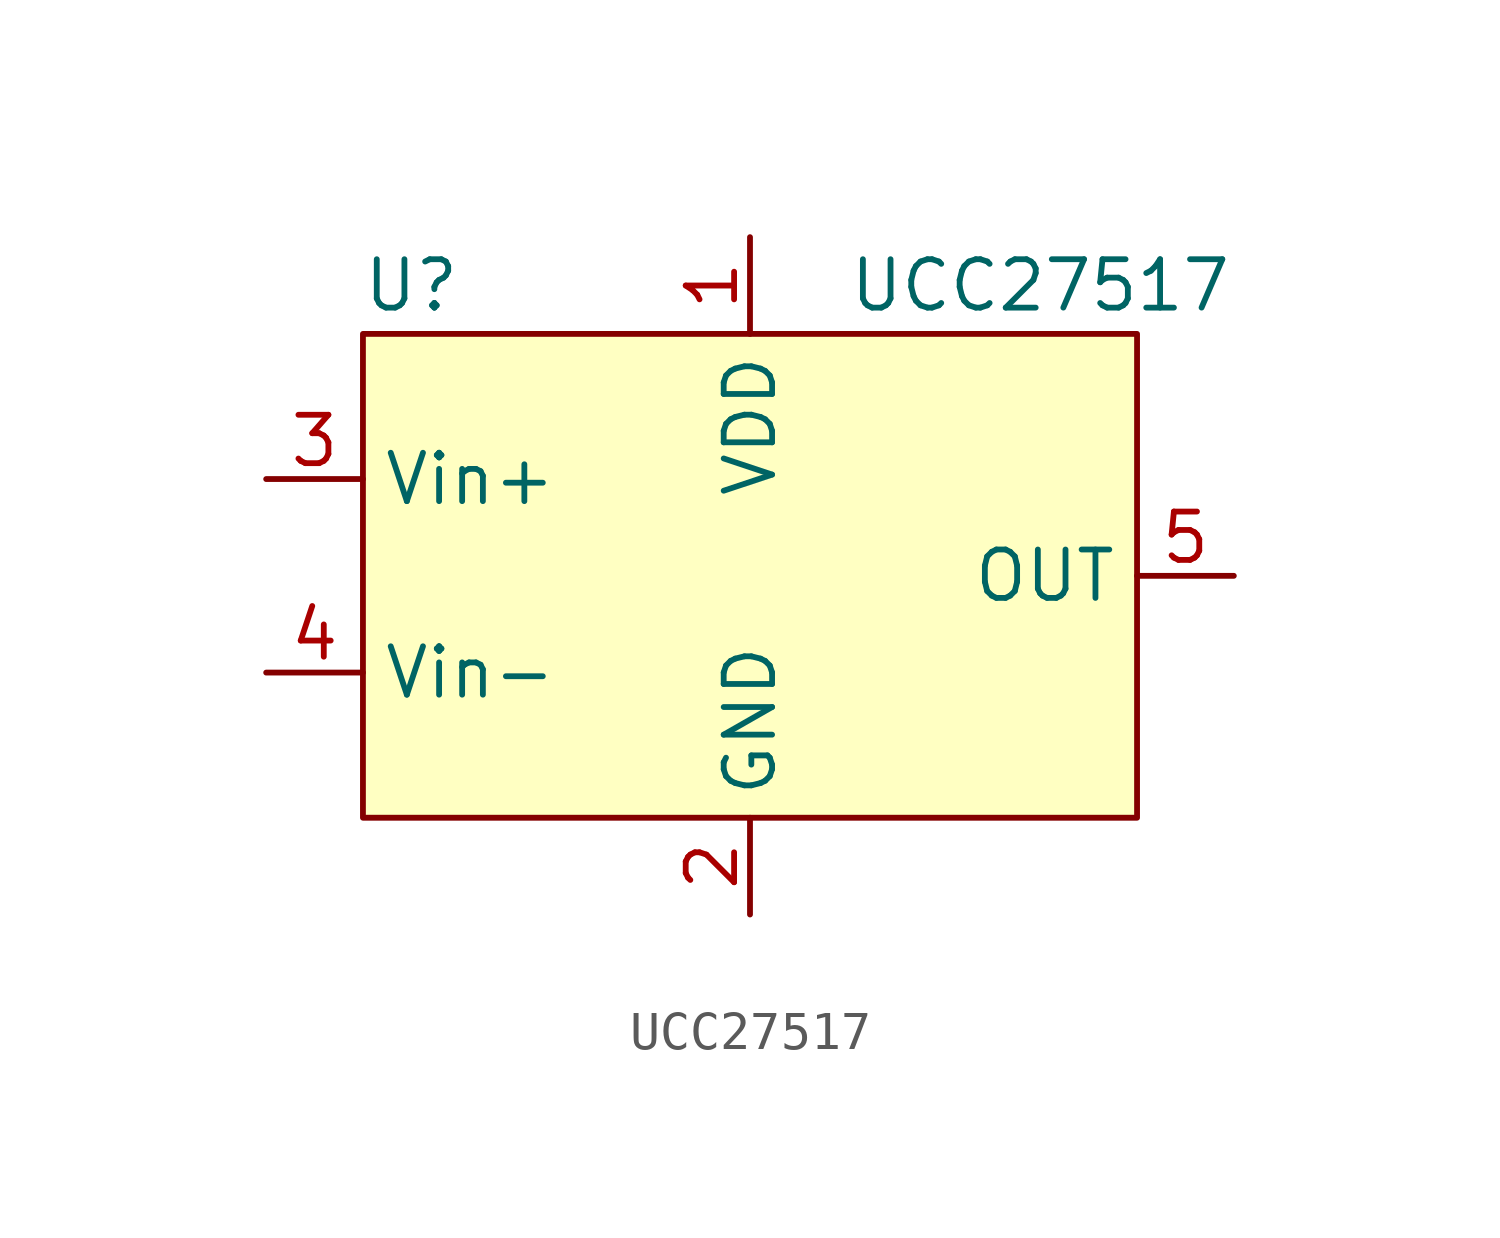
<source format=kicad_sym>
(kicad_symbol_lib
  (version 20211014)
  (generator kicad_symbol_editor)
  (symbol "UCC27517"
    (property "Reference" "U"
      (at -8.89 7.62 0)
      (effects (font (size 1.27 1.27))))
    (property "Value" "UCC27517"
      (at 7.62 7.62 0)
      (effects (font (size 1.27 1.27))))
    (symbol "UCC27517_0_1"
      (rectangle (start -10.16 6.35) (end 10.16 -6.35) (stroke (width 0) (type default) (color 0 0 0 0)) (fill (type background))))
    (symbol "UCC27517_1_1"
      (pin power_in line (at 0 8.89 270) (length 2.54) (name "VDD" (effects (font (size 1.27 1.27)))) (number "1" (effects (font (size 1.27 1.27)))))
      (pin power_in line (at 0 -8.89 90) (length 2.54) (name "GND" (effects (font (size 1.27 1.27)))) (number "2" (effects (font (size 1.27 1.27)))))
      (pin output line (at -12.7 2.54 0) (length 2.54) (name "Vin+" (effects (font (size 1.27 1.27)))) (number "3" (effects (font (size 1.27 1.27)))))
      (pin output line (at -12.7 -2.54 0) (length 2.54) (name "Vin-" (effects (font (size 1.27 1.27)))) (number "4" (effects (font (size 1.27 1.27)))))
      (pin output line (at 12.7 0 180) (length 2.54) (name "OUT" (effects (font (size 1.27 1.27)))) (number "5" (effects (font (size 1.27 1.27))))))))
</source>
